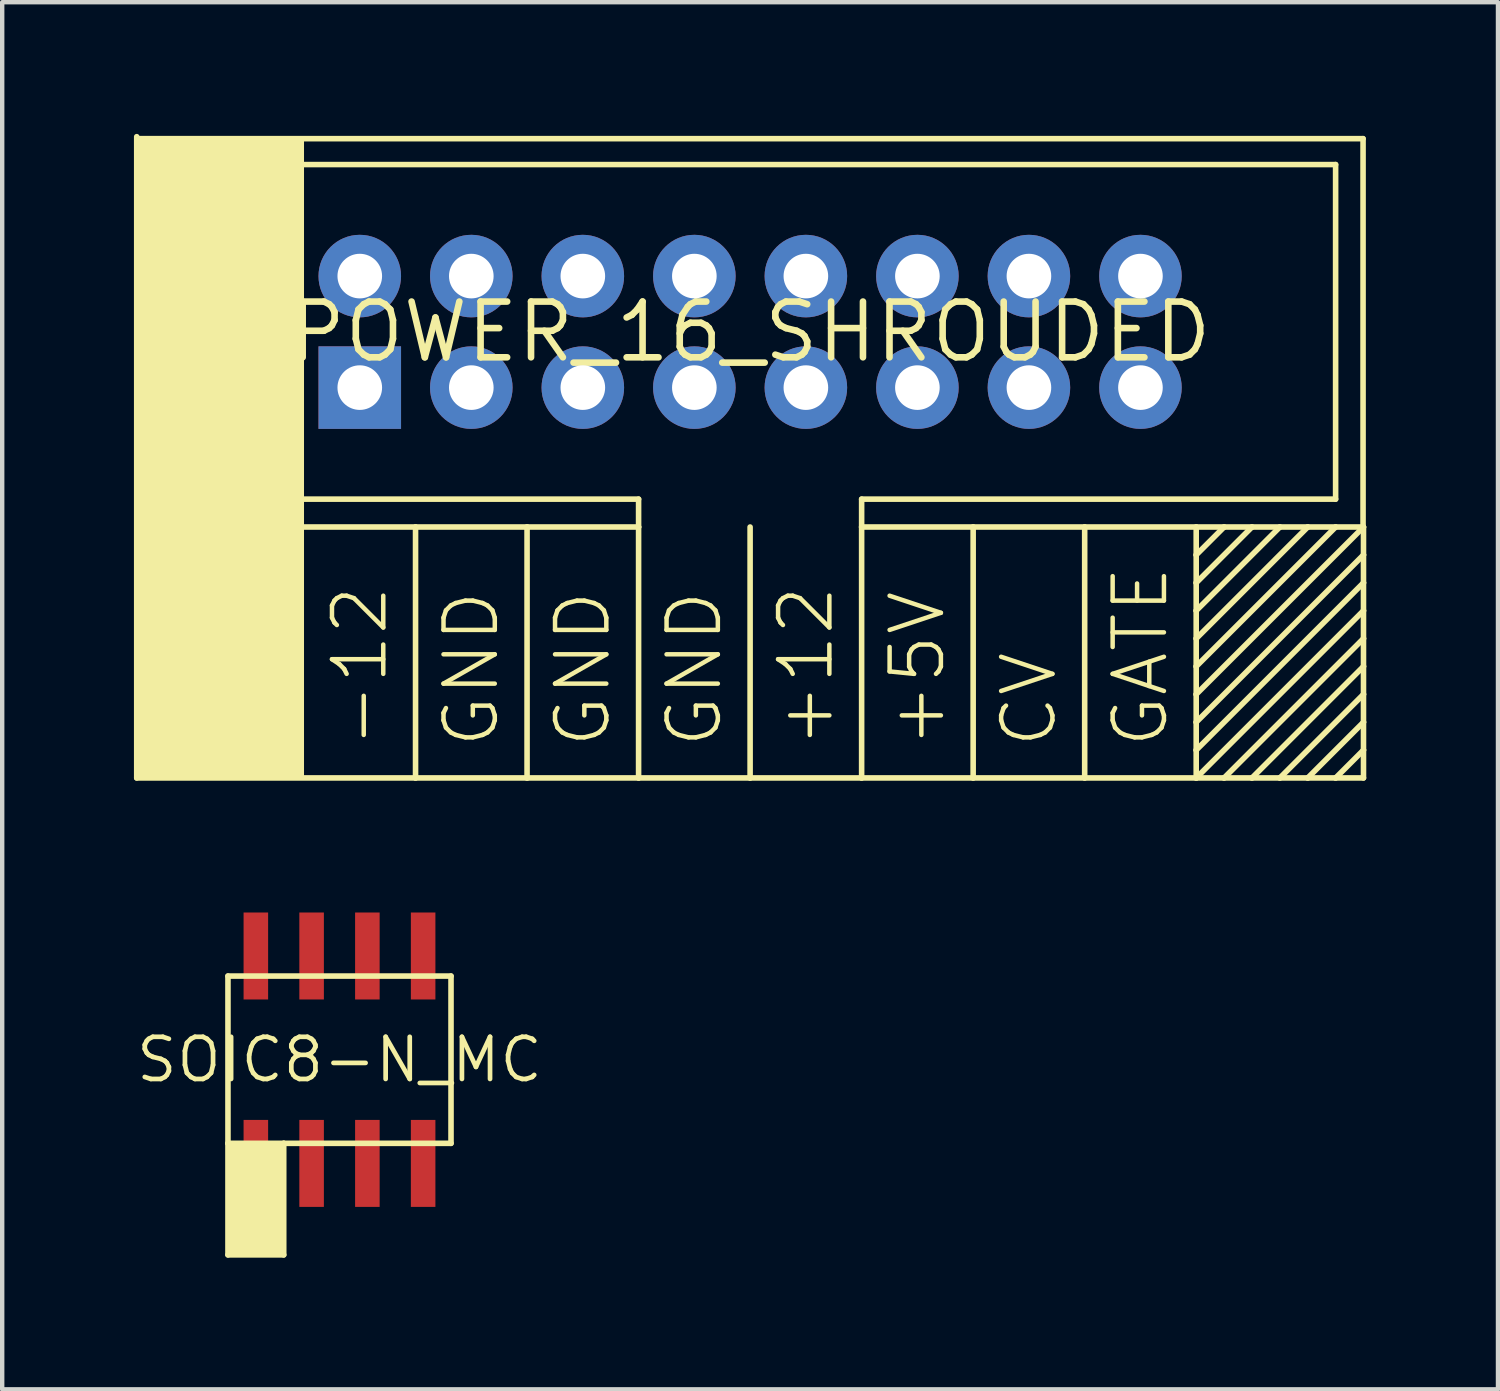
<source format=kicad_pcb>
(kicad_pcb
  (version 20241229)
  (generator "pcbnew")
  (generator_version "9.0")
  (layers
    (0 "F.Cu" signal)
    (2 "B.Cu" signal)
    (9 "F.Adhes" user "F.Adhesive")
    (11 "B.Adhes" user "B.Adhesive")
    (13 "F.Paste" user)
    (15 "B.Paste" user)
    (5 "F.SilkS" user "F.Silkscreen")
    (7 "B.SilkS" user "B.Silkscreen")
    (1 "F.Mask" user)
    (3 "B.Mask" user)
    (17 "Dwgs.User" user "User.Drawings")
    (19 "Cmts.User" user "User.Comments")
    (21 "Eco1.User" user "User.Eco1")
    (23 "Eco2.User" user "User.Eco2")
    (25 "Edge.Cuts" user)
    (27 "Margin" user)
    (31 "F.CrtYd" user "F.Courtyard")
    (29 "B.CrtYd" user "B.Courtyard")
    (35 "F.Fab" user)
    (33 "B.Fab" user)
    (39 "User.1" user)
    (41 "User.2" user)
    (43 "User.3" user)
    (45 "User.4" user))
  (footprint "SOIC8-N_MC"
    (layer "F.Cu")
    (at 4.682 21.085)
    (property "Reference" "SOIC8-N_MC" (at 0 0 180) (layer "F.SilkS") (effects (font (size 0.96 0.96) (thickness 0.107))))
    (fp_line (start -2.54 -1.905) (end 2.54 -1.905) (stroke (width 0.127) (type solid)) (layer "F.SilkS"))
    (fp_line (start -2.54 1.905) (end -2.54 -1.905) (stroke (width 0.127) (type solid)) (layer "F.SilkS"))
    (fp_line (start -2.54 1.905) (end -2.54 4.445) (stroke (width 0.127) (type solid)) (layer "F.SilkS"))
    (fp_line (start -2.54 4.445) (end -1.27 4.445) (stroke (width 0.127) (type solid)) (layer "F.SilkS"))
    (fp_line (start -1.27 1.905) (end -2.54 1.905) (stroke (width 0.127) (type solid)) (layer "F.SilkS"))
    (fp_line (start -1.27 4.445) (end -1.27 1.905) (stroke (width 0.127) (type solid)) (layer "F.SilkS"))
    (fp_line (start 2.54 -1.905) (end 2.54 1.905) (stroke (width 0.127) (type solid)) (layer "F.SilkS"))
    (fp_line (start 2.54 1.905) (end -1.27 1.905) (stroke (width 0.127) (type solid)) (layer "F.SilkS"))
    (fp_poly (pts (xy -1.27 4.445) (xy -1.27 1.905) (xy -2.54 1.905) (xy -2.54 4.445)) (stroke (width 0) (type solid)) (fill yes) (layer "F.SilkS"))
    (pad "1" smd rect (at -1.905 2.362 90) (size 1.981 0.559) (layers "F.Cu" "F.Mask" "F.Paste"))
    (pad "2" smd rect (at -0.635 2.362 90) (size 1.981 0.559) (layers "F.Cu" "F.Mask" "F.Paste"))
    (pad "3" smd rect (at 0.635 2.362 90) (size 1.981 0.559) (layers "F.Cu" "F.Mask" "F.Paste"))
    (pad "4" smd rect (at 1.905 2.362 90) (size 1.981 0.559) (layers "F.Cu" "F.Mask" "F.Paste"))
    (pad "5" smd rect (at 1.905 -2.362 90) (size 1.981 0.559) (layers "F.Cu" "F.Mask" "F.Paste"))
    (pad "6" smd rect (at 0.635 -2.362 90) (size 1.981 0.559) (layers "F.Cu" "F.Mask" "F.Paste"))
    (pad "7" smd rect (at -0.635 -2.362 90) (size 1.981 0.559) (layers "F.Cu" "F.Mask" "F.Paste"))
    (pad "8" smd rect (at -1.905 -2.362 90) (size 1.981 0.559) (layers "F.Cu" "F.Mask" "F.Paste")))
  (footprint "POWER_16_SHROUDED"
    (layer "F.Cu")
    (at 14.034 4.508)
    (property "Reference" "POWER_16_SHROUDED" (at 0 0 0) (layer "F.SilkS") (effects (font (size 1.27 1.27) (thickness 0.15))))
    (fp_line (start -13.97 -4.445) (end -13.97 10.16) (stroke (width 0.127) (type solid)) (layer "F.SilkS"))
    (fp_line (start -13.96 -4.4) (end 13.96 -4.4) (stroke (width 0.127) (type solid)) (layer "F.SilkS"))
    (fp_line (start -10.16 -3.81) (end 13.335 -3.81) (stroke (width 0.127) (type solid)) (layer "F.SilkS"))
    (fp_line (start -7.62 4.445) (end -10.16 4.445) (stroke (width 0.127) (type solid)) (layer "F.SilkS"))
    (fp_line (start -7.62 10.16) (end -13.97 10.16) (stroke (width 0.127) (type solid)) (layer "F.SilkS"))
    (fp_line (start -7.62 10.16) (end -7.62 4.445) (stroke (width 0.127) (type solid)) (layer "F.SilkS"))
    (fp_line (start -5.08 4.445) (end -7.62 4.445) (stroke (width 0.127) (type solid)) (layer "F.SilkS"))
    (fp_line (start -5.08 4.445) (end -5.08 10.16) (stroke (width 0.127) (type solid)) (layer "F.SilkS"))
    (fp_line (start -5.08 10.16) (end -7.62 10.16) (stroke (width 0.127) (type solid)) (layer "F.SilkS"))
    (fp_line (start -2.54 3.81) (end -10.795 3.81) (stroke (width 0.127) (type solid)) (layer "F.SilkS"))
    (fp_line (start -2.54 4.445) (end -5.08 4.445) (stroke (width 0.127) (type solid)) (layer "F.SilkS"))
    (fp_line (start -2.54 4.445) (end -2.54 3.81) (stroke (width 0.127) (type solid)) (layer "F.SilkS"))
    (fp_line (start -2.54 4.445) (end -2.54 10.16) (stroke (width 0.127) (type solid)) (layer "F.SilkS"))
    (fp_line (start -2.54 10.16) (end -5.08 10.16) (stroke (width 0.127) (type solid)) (layer "F.SilkS"))
    (fp_line (start 0 10.16) (end -2.54 10.16) (stroke (width 0.127) (type solid)) (layer "F.SilkS"))
    (fp_line (start 0 10.16) (end 0 4.445) (stroke (width 0.127) (type solid)) (layer "F.SilkS"))
    (fp_line (start 2.54 3.81) (end 2.54 4.445) (stroke (width 0.127) (type solid)) (layer "F.SilkS"))
    (fp_line (start 2.54 4.445) (end 5.08 4.445) (stroke (width 0.127) (type solid)) (layer "F.SilkS"))
    (fp_line (start 2.54 10.16) (end 0 10.16) (stroke (width 0.127) (type solid)) (layer "F.SilkS"))
    (fp_line (start 2.54 10.16) (end 2.54 4.445) (stroke (width 0.127) (type solid)) (layer "F.SilkS"))
    (fp_line (start 5.08 4.445) (end 7.62 4.445) (stroke (width 0.127) (type solid)) (layer "F.SilkS"))
    (fp_line (start 5.08 10.16) (end 2.54 10.16) (stroke (width 0.127) (type solid)) (layer "F.SilkS"))
    (fp_line (start 5.08 10.16) (end 5.08 4.445) (stroke (width 0.127) (type solid)) (layer "F.SilkS"))
    (fp_line (start 7.62 4.445) (end 10.16 4.445) (stroke (width 0.127) (type solid)) (layer "F.SilkS"))
    (fp_line (start 7.62 10.16) (end 5.08 10.16) (stroke (width 0.127) (type solid)) (layer "F.SilkS"))
    (fp_line (start 7.62 10.16) (end 7.62 4.445) (stroke (width 0.127) (type solid)) (layer "F.SilkS"))
    (fp_line (start 10.16 4.445) (end 10.795 4.445) (stroke (width 0.127) (type solid)) (layer "F.SilkS"))
    (fp_line (start 10.16 5.08) (end 10.16 4.445) (stroke (width 0.127) (type solid)) (layer "F.SilkS"))
    (fp_line (start 10.16 5.08) (end 10.795 4.445) (stroke (width 0.127) (type solid)) (layer "F.SilkS"))
    (fp_line (start 10.16 5.715) (end 10.16 5.08) (stroke (width 0.127) (type solid)) (layer "F.SilkS"))
    (fp_line (start 10.16 6.35) (end 10.16 5.715) (stroke (width 0.127) (type solid)) (layer "F.SilkS"))
    (fp_line (start 10.16 6.985) (end 10.16 6.35) (stroke (width 0.127) (type solid)) (layer "F.SilkS"))
    (fp_line (start 10.16 6.985) (end 12.7 4.445) (stroke (width 0.127) (type solid)) (layer "F.SilkS"))
    (fp_line (start 10.16 7.62) (end 10.16 6.985) (stroke (width 0.127) (type solid)) (layer "F.SilkS"))
    (fp_line (start 10.16 8.255) (end 10.16 7.62) (stroke (width 0.127) (type solid)) (layer "F.SilkS"))
    (fp_line (start 10.16 8.255) (end 13.97 4.445) (stroke (width 0.127) (type solid)) (layer "F.SilkS"))
    (fp_line (start 10.16 8.89) (end 10.16 8.255) (stroke (width 0.127) (type solid)) (layer "F.SilkS"))
    (fp_line (start 10.16 8.89) (end 10.16 9.525) (stroke (width 0.127) (type solid)) (layer "F.SilkS"))
    (fp_line (start 10.16 9.525) (end 13.97 5.715) (stroke (width 0.127) (type solid)) (layer "F.SilkS"))
    (fp_line (start 10.16 10.16) (end 7.62 10.16) (stroke (width 0.127) (type solid)) (layer "F.SilkS"))
    (fp_line (start 10.16 10.16) (end 10.16 9.525) (stroke (width 0.127) (type solid)) (layer "F.SilkS"))
    (fp_line (start 10.16 10.16) (end 10.795 10.16) (stroke (width 0.127) (type solid)) (layer "F.SilkS"))
    (fp_line (start 10.795 4.445) (end 11.43 4.445) (stroke (width 0.127) (type solid)) (layer "F.SilkS"))
    (fp_line (start 10.795 10.16) (end 11.43 10.16) (stroke (width 0.127) (type solid)) (layer "F.SilkS"))
    (fp_line (start 10.795 10.16) (end 13.97 6.985) (stroke (width 0.127) (type solid)) (layer "F.SilkS"))
    (fp_line (start 11.43 4.445) (end 10.16 5.715) (stroke (width 0.127) (type solid)) (layer "F.SilkS"))
    (fp_line (start 11.43 4.445) (end 12.065 4.445) (stroke (width 0.127) (type solid)) (layer "F.SilkS"))
    (fp_line (start 11.43 10.16) (end 12.065 10.16) (stroke (width 0.127) (type solid)) (layer "F.SilkS"))
    (fp_line (start 12.065 4.445) (end 10.16 6.35) (stroke (width 0.127) (type solid)) (layer "F.SilkS"))
    (fp_line (start 12.065 4.445) (end 12.7 4.445) (stroke (width 0.127) (type solid)) (layer "F.SilkS"))
    (fp_line (start 12.065 10.16) (end 12.7 10.16) (stroke (width 0.127) (type solid)) (layer "F.SilkS"))
    (fp_line (start 12.065 10.16) (end 13.97 8.255) (stroke (width 0.127) (type solid)) (layer "F.SilkS"))
    (fp_line (start 12.7 4.445) (end 13.335 4.445) (stroke (width 0.127) (type solid)) (layer "F.SilkS"))
    (fp_line (start 12.7 10.16) (end 13.335 10.16) (stroke (width 0.127) (type solid)) (layer "F.SilkS"))
    (fp_line (start 13.335 -3.81) (end 13.335 3.81) (stroke (width 0.127) (type solid)) (layer "F.SilkS"))
    (fp_line (start 13.335 3.81) (end 2.54 3.81) (stroke (width 0.127) (type solid)) (layer "F.SilkS"))
    (fp_line (start 13.335 4.445) (end 10.16 7.62) (stroke (width 0.127) (type solid)) (layer "F.SilkS"))
    (fp_line (start 13.335 4.445) (end 13.97 4.445) (stroke (width 0.127) (type solid)) (layer "F.SilkS"))
    (fp_line (start 13.335 10.16) (end 13.97 9.525) (stroke (width 0.127) (type solid)) (layer "F.SilkS"))
    (fp_line (start 13.335 10.16) (end 13.97 10.16) (stroke (width 0.127) (type solid)) (layer "F.SilkS"))
    (fp_line (start 13.96 -4.4) (end 13.96 4.4) (stroke (width 0.127) (type solid)) (layer "F.SilkS"))
    (fp_line (start 13.97 5.08) (end 10.16 8.89) (stroke (width 0.127) (type solid)) (layer "F.SilkS"))
    (fp_line (start 13.97 5.08) (end 13.97 4.445) (stroke (width 0.127) (type solid)) (layer "F.SilkS"))
    (fp_line (start 13.97 5.715) (end 13.97 5.08) (stroke (width 0.127) (type solid)) (layer "F.SilkS"))
    (fp_line (start 13.97 6.35) (end 10.16 10.16) (stroke (width 0.127) (type solid)) (layer "F.SilkS"))
    (fp_line (start 13.97 6.35) (end 13.97 5.715) (stroke (width 0.127) (type solid)) (layer "F.SilkS"))
    (fp_line (start 13.97 6.985) (end 13.97 6.35) (stroke (width 0.127) (type solid)) (layer "F.SilkS"))
    (fp_line (start 13.97 7.62) (end 11.43 10.16) (stroke (width 0.127) (type solid)) (layer "F.SilkS"))
    (fp_line (start 13.97 7.62) (end 13.97 6.985) (stroke (width 0.127) (type solid)) (layer "F.SilkS"))
    (fp_line (start 13.97 8.255) (end 13.97 7.62) (stroke (width 0.127) (type solid)) (layer "F.SilkS"))
    (fp_line (start 13.97 8.89) (end 12.7 10.16) (stroke (width 0.127) (type solid)) (layer "F.SilkS"))
    (fp_line (start 13.97 8.89) (end 13.97 8.255) (stroke (width 0.127) (type solid)) (layer "F.SilkS"))
    (fp_line (start 13.97 9.525) (end 13.97 8.89) (stroke (width 0.127) (type solid)) (layer "F.SilkS"))
    (fp_line (start 13.97 10.16) (end 13.97 9.525) (stroke (width 0.127) (type solid)) (layer "F.SilkS"))
    (fp_poly (pts (xy -13.97 10.16) (xy -10.16 10.16) (xy -10.16 -4.445) (xy -13.97 -4.445)) (stroke (width 0) (type solid)) (fill yes) (layer "F.SilkS"))
    (fp_text user "GATE" (at 8.89 9.525 90) (layer "F.SilkS") (effects (font (size 1.168 1.168) (thickness 0.102)) (justify left)))
    (fp_text user "GND" (at -3.81 9.525 90) (layer "F.SilkS") (effects (font (size 1.168 1.168) (thickness 0.102)) (justify left)))
    (fp_text user "+5V" (at 3.81 9.525 90) (layer "F.SilkS") (effects (font (size 1.168 1.168) (thickness 0.102)) (justify left)))
    (fp_text user "GND" (at -1.27 9.525 90) (layer "F.SilkS") (effects (font (size 1.168 1.168) (thickness 0.102)) (justify left)))
    (fp_text user "CV" (at 6.35 9.525 90) (layer "F.SilkS") (effects (font (size 1.168 1.168) (thickness 0.102)) (justify left)))
    (fp_text user "GND" (at -6.35 9.525 90) (layer "F.SilkS") (effects (font (size 1.168 1.168) (thickness 0.102)) (justify left)))
    (fp_text user "-12" (at -8.89 9.525 90) (layer "F.SilkS") (effects (font (size 1.168 1.168) (thickness 0.102)) (justify left)))
    (fp_text user "+12" (at 1.27 9.525 90) (layer "F.SilkS") (effects (font (size 1.168 1.168) (thickness 0.102)) (justify left)))
    (pad "1" thru_hole rect (at -8.89 1.27) (size 1.88 1.88) (drill 1.016) (layers "*.Cu" "*.Mask"))
    (pad "2" thru_hole circle (at -8.89 -1.27) (size 1.88 1.88) (drill 1.016) (layers "*.Cu" "*.Mask"))
    (pad "3" thru_hole circle (at -6.35 1.27) (size 1.88 1.88) (drill 1.016) (layers "*.Cu" "*.Mask"))
    (pad "4" thru_hole circle (at -6.35 -1.27) (size 1.88 1.88) (drill 1.016) (layers "*.Cu" "*.Mask"))
    (pad "5" thru_hole circle (at -3.81 1.27) (size 1.88 1.88) (drill 1.016) (layers "*.Cu" "*.Mask"))
    (pad "6" thru_hole circle (at -3.81 -1.27) (size 1.88 1.88) (drill 1.016) (layers "*.Cu" "*.Mask"))
    (pad "7" thru_hole circle (at -1.27 1.27) (size 1.88 1.88) (drill 1.016) (layers "*.Cu" "*.Mask"))
    (pad "8" thru_hole circle (at -1.27 -1.27) (size 1.88 1.88) (drill 1.016) (layers "*.Cu" "*.Mask"))
    (pad "9" thru_hole circle (at 1.27 1.27) (size 1.88 1.88) (drill 1.016) (layers "*.Cu" "*.Mask"))
    (pad "10" thru_hole circle (at 1.27 -1.27) (size 1.88 1.88) (drill 1.016) (layers "*.Cu" "*.Mask"))
    (pad "11" thru_hole circle (at 3.81 1.27) (size 1.88 1.88) (drill 1.016) (layers "*.Cu" "*.Mask"))
    (pad "12" thru_hole circle (at 3.81 -1.27) (size 1.88 1.88) (drill 1.016) (layers "*.Cu" "*.Mask"))
    (pad "13" thru_hole circle (at 6.35 1.27) (size 1.88 1.88) (drill 1.016) (layers "*.Cu" "*.Mask"))
    (pad "14" thru_hole circle (at 6.35 -1.27) (size 1.88 1.88) (drill 1.016) (layers "*.Cu" "*.Mask"))
    (pad "15" thru_hole circle (at 8.89 1.27) (size 1.88 1.88) (drill 1.016) (layers "*.Cu" "*.Mask"))
    (pad "16" thru_hole circle (at 8.89 -1.27) (size 1.88 1.88) (drill 1.016) (layers "*.Cu" "*.Mask")))
  (gr_rect
    (start -3 -3)
    (end 31.067 28.593)
    (stroke (width 0.1) (type default))
    (fill no)
    (layer "Edge.Cuts")))
</source>
